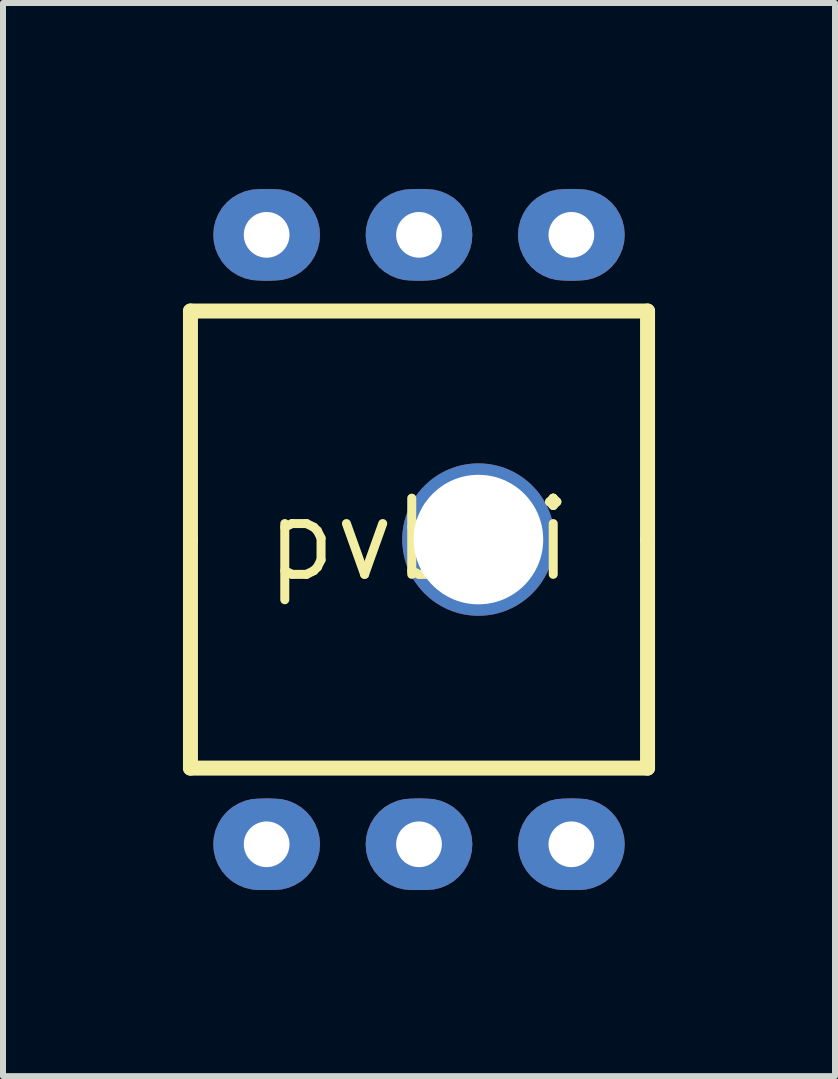
<source format=kicad_pcb>
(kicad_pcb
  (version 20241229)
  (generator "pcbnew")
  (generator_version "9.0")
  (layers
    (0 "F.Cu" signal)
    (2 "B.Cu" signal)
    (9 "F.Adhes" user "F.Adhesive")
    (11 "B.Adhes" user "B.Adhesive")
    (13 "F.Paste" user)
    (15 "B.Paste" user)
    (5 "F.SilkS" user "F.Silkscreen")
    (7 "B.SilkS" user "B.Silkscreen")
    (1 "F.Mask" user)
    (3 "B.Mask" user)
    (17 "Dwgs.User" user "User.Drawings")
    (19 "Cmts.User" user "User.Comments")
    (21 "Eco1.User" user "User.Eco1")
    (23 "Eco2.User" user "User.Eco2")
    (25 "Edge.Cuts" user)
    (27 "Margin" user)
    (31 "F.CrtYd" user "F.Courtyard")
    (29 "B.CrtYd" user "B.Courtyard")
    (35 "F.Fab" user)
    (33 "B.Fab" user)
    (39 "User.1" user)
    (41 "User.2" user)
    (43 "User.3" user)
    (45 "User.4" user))
  (footprint "pvb6i"
    (layer "F.Cu")
    (at 3.935 5.945)
    (property "Reference" "pvb6i" (at 0 0 0) (layer "F.SilkS") (effects (font (size 1.27 1.27) (thickness 0.15))))
    (fp_poly (pts (xy -2.294 -5.833) (xy -2.178 -5.805) (xy -2.068 -5.759) (xy -1.965 -5.697) (xy -1.874 -5.619) (xy -1.796 -5.528) (xy -1.734 -5.425) (xy -1.688 -5.315) (xy -1.66 -5.199) (xy -1.651 -5.08) (xy -1.66 -4.961) (xy -1.688 -4.845) (xy -1.734 -4.735) (xy -1.796 -4.632) (xy -1.874 -4.541) (xy -1.965 -4.463) (xy -2.068 -4.401) (xy -2.178 -4.355) (xy -2.294 -4.327) (xy -2.413 -4.318) (xy -2.667 -4.318) (xy -2.786 -4.327) (xy -2.902 -4.355) (xy -3.012 -4.401) (xy -3.115 -4.463) (xy -3.206 -4.541) (xy -3.284 -4.632) (xy -3.346 -4.735) (xy -3.392 -4.845) (xy -3.42 -4.961) (xy -3.429 -5.08) (xy -3.42 -5.199) (xy -3.392 -5.315) (xy -3.346 -5.425) (xy -3.284 -5.528) (xy -3.206 -5.619) (xy -3.115 -5.697) (xy -3.012 -5.759) (xy -2.902 -5.805) (xy -2.786 -5.833) (xy -2.667 -5.842) (xy -2.413 -5.842)) (stroke (width 0) (type default)) (fill yes) (layer "F.Cu"))
    (fp_poly (pts (xy -2.294 4.327) (xy -2.178 4.355) (xy -2.068 4.401) (xy -1.965 4.463) (xy -1.874 4.541) (xy -1.796 4.632) (xy -1.734 4.735) (xy -1.688 4.845) (xy -1.66 4.961) (xy -1.651 5.08) (xy -1.66 5.199) (xy -1.688 5.315) (xy -1.734 5.425) (xy -1.796 5.528) (xy -1.874 5.619) (xy -1.965 5.697) (xy -2.068 5.759) (xy -2.178 5.805) (xy -2.294 5.833) (xy -2.413 5.842) (xy -2.667 5.842) (xy -2.786 5.833) (xy -2.902 5.805) (xy -3.012 5.759) (xy -3.115 5.697) (xy -3.206 5.619) (xy -3.284 5.528) (xy -3.346 5.425) (xy -3.392 5.315) (xy -3.42 5.199) (xy -3.429 5.08) (xy -3.42 4.961) (xy -3.392 4.845) (xy -3.346 4.735) (xy -3.284 4.632) (xy -3.206 4.541) (xy -3.115 4.463) (xy -3.012 4.401) (xy -2.902 4.355) (xy -2.786 4.327) (xy -2.667 4.318) (xy -2.413 4.318)) (stroke (width 0) (type default)) (fill yes) (layer "F.Cu"))
    (fp_poly (pts (xy 0.246 -5.833) (xy 0.362 -5.805) (xy 0.472 -5.759) (xy 0.575 -5.697) (xy 0.666 -5.619) (xy 0.744 -5.528) (xy 0.806 -5.425) (xy 0.852 -5.315) (xy 0.88 -5.199) (xy 0.889 -5.08) (xy 0.88 -4.961) (xy 0.852 -4.845) (xy 0.806 -4.735) (xy 0.744 -4.632) (xy 0.666 -4.541) (xy 0.575 -4.463) (xy 0.472 -4.401) (xy 0.362 -4.355) (xy 0.246 -4.327) (xy 0.127 -4.318) (xy -0.127 -4.318) (xy -0.246 -4.327) (xy -0.362 -4.355) (xy -0.472 -4.401) (xy -0.575 -4.463) (xy -0.666 -4.541) (xy -0.744 -4.632) (xy -0.806 -4.735) (xy -0.852 -4.845) (xy -0.88 -4.961) (xy -0.889 -5.08) (xy -0.88 -5.199) (xy -0.852 -5.315) (xy -0.806 -5.425) (xy -0.744 -5.528) (xy -0.666 -5.619) (xy -0.575 -5.697) (xy -0.472 -5.759) (xy -0.362 -5.805) (xy -0.246 -5.833) (xy -0.127 -5.842) (xy 0.127 -5.842)) (stroke (width 0) (type default)) (fill yes) (layer "F.Cu"))
    (fp_poly (pts (xy 0.246 4.327) (xy 0.362 4.355) (xy 0.472 4.401) (xy 0.575 4.463) (xy 0.666 4.541) (xy 0.744 4.632) (xy 0.806 4.735) (xy 0.852 4.845) (xy 0.88 4.961) (xy 0.889 5.08) (xy 0.88 5.199) (xy 0.852 5.315) (xy 0.806 5.425) (xy 0.744 5.528) (xy 0.666 5.619) (xy 0.575 5.697) (xy 0.472 5.759) (xy 0.362 5.805) (xy 0.246 5.833) (xy 0.127 5.842) (xy -0.127 5.842) (xy -0.246 5.833) (xy -0.362 5.805) (xy -0.472 5.759) (xy -0.575 5.697) (xy -0.666 5.619) (xy -0.744 5.528) (xy -0.806 5.425) (xy -0.852 5.315) (xy -0.88 5.199) (xy -0.889 5.08) (xy -0.88 4.961) (xy -0.852 4.845) (xy -0.806 4.735) (xy -0.744 4.632) (xy -0.666 4.541) (xy -0.575 4.463) (xy -0.472 4.401) (xy -0.362 4.355) (xy -0.246 4.327) (xy -0.127 4.318) (xy 0.127 4.318)) (stroke (width 0) (type default)) (fill yes) (layer "F.Cu"))
    (fp_poly (pts (xy 2.786 -5.833) (xy 2.902 -5.805) (xy 3.012 -5.759) (xy 3.115 -5.697) (xy 3.206 -5.619) (xy 3.284 -5.528) (xy 3.346 -5.425) (xy 3.392 -5.315) (xy 3.42 -5.199) (xy 3.429 -5.08) (xy 3.42 -4.961) (xy 3.392 -4.845) (xy 3.346 -4.735) (xy 3.284 -4.632) (xy 3.206 -4.541) (xy 3.115 -4.463) (xy 3.012 -4.401) (xy 2.902 -4.355) (xy 2.786 -4.327) (xy 2.667 -4.318) (xy 2.413 -4.318) (xy 2.294 -4.327) (xy 2.178 -4.355) (xy 2.068 -4.401) (xy 1.965 -4.463) (xy 1.874 -4.541) (xy 1.796 -4.632) (xy 1.734 -4.735) (xy 1.688 -4.845) (xy 1.66 -4.961) (xy 1.651 -5.08) (xy 1.66 -5.199) (xy 1.688 -5.315) (xy 1.734 -5.425) (xy 1.796 -5.528) (xy 1.874 -5.619) (xy 1.965 -5.697) (xy 2.068 -5.759) (xy 2.178 -5.805) (xy 2.294 -5.833) (xy 2.413 -5.842) (xy 2.667 -5.842)) (stroke (width 0) (type default)) (fill yes) (layer "F.Cu"))
    (fp_poly (pts (xy 2.786 4.327) (xy 2.902 4.355) (xy 3.012 4.401) (xy 3.115 4.463) (xy 3.206 4.541) (xy 3.284 4.632) (xy 3.346 4.735) (xy 3.392 4.845) (xy 3.42 4.961) (xy 3.429 5.08) (xy 3.42 5.199) (xy 3.392 5.315) (xy 3.346 5.425) (xy 3.284 5.528) (xy 3.206 5.619) (xy 3.115 5.697) (xy 3.012 5.759) (xy 2.902 5.805) (xy 2.786 5.833) (xy 2.667 5.842) (xy 2.413 5.842) (xy 2.294 5.833) (xy 2.178 5.805) (xy 2.068 5.759) (xy 1.965 5.697) (xy 1.874 5.619) (xy 1.796 5.528) (xy 1.734 5.425) (xy 1.688 5.315) (xy 1.66 5.199) (xy 1.651 5.08) (xy 1.66 4.961) (xy 1.688 4.845) (xy 1.734 4.735) (xy 1.796 4.632) (xy 1.874 4.541) (xy 1.965 4.463) (xy 2.068 4.401) (xy 2.178 4.355) (xy 2.294 4.327) (xy 2.413 4.318) (xy 2.667 4.318)) (stroke (width 0) (type default)) (fill yes) (layer "F.Cu"))
    (fp_poly (pts (xy -2.278 -5.934) (xy -2.146 -5.902) (xy -2.021 -5.85) (xy -1.904 -5.78) (xy -1.801 -5.692) (xy -1.713 -5.589) (xy -1.643 -5.472) (xy -1.591 -5.347) (xy -1.559 -5.215) (xy -1.548 -5.08) (xy -1.559 -4.945) (xy -1.591 -4.813) (xy -1.643 -4.688) (xy -1.713 -4.571) (xy -1.801 -4.468) (xy -1.904 -4.38) (xy -2.021 -4.31) (xy -2.146 -4.258) (xy -2.278 -4.226) (xy -2.413 -4.215) (xy -2.667 -4.215) (xy -2.802 -4.226) (xy -2.934 -4.258) (xy -3.059 -4.31) (xy -3.176 -4.38) (xy -3.279 -4.468) (xy -3.367 -4.571) (xy -3.437 -4.688) (xy -3.489 -4.813) (xy -3.521 -4.945) (xy -3.532 -5.08) (xy -3.521 -5.215) (xy -3.489 -5.347) (xy -3.437 -5.472) (xy -3.367 -5.589) (xy -3.279 -5.692) (xy -3.176 -5.78) (xy -3.059 -5.85) (xy -2.934 -5.902) (xy -2.802 -5.934) (xy -2.667 -5.945) (xy -2.413 -5.945)) (stroke (width 0) (type default)) (fill yes) (layer "F.Mask"))
    (fp_poly (pts (xy -2.278 4.226) (xy -2.146 4.258) (xy -2.021 4.31) (xy -1.904 4.38) (xy -1.801 4.468) (xy -1.713 4.571) (xy -1.643 4.688) (xy -1.591 4.813) (xy -1.559 4.945) (xy -1.548 5.08) (xy -1.559 5.215) (xy -1.591 5.347) (xy -1.643 5.472) (xy -1.713 5.589) (xy -1.801 5.692) (xy -1.904 5.78) (xy -2.021 5.85) (xy -2.146 5.902) (xy -2.278 5.934) (xy -2.413 5.945) (xy -2.667 5.945) (xy -2.802 5.934) (xy -2.934 5.902) (xy -3.059 5.85) (xy -3.176 5.78) (xy -3.279 5.692) (xy -3.367 5.589) (xy -3.437 5.472) (xy -3.489 5.347) (xy -3.521 5.215) (xy -3.532 5.08) (xy -3.521 4.945) (xy -3.489 4.813) (xy -3.437 4.688) (xy -3.367 4.571) (xy -3.279 4.468) (xy -3.176 4.38) (xy -3.059 4.31) (xy -2.934 4.258) (xy -2.802 4.226) (xy -2.667 4.215) (xy -2.413 4.215)) (stroke (width 0) (type default)) (fill yes) (layer "F.Mask"))
    (fp_poly (pts (xy 0.262 -5.934) (xy 0.394 -5.902) (xy 0.519 -5.85) (xy 0.636 -5.78) (xy 0.739 -5.692) (xy 0.827 -5.589) (xy 0.897 -5.472) (xy 0.949 -5.347) (xy 0.981 -5.215) (xy 0.992 -5.08) (xy 0.981 -4.945) (xy 0.949 -4.813) (xy 0.897 -4.688) (xy 0.827 -4.571) (xy 0.739 -4.468) (xy 0.636 -4.38) (xy 0.519 -4.31) (xy 0.394 -4.258) (xy 0.262 -4.226) (xy 0.127 -4.215) (xy -0.127 -4.215) (xy -0.262 -4.226) (xy -0.394 -4.258) (xy -0.519 -4.31) (xy -0.636 -4.38) (xy -0.739 -4.468) (xy -0.827 -4.571) (xy -0.897 -4.688) (xy -0.949 -4.813) (xy -0.981 -4.945) (xy -0.992 -5.08) (xy -0.981 -5.215) (xy -0.949 -5.347) (xy -0.897 -5.472) (xy -0.827 -5.589) (xy -0.739 -5.692) (xy -0.636 -5.78) (xy -0.519 -5.85) (xy -0.394 -5.902) (xy -0.262 -5.934) (xy -0.127 -5.945) (xy 0.127 -5.945)) (stroke (width 0) (type default)) (fill yes) (layer "F.Mask"))
    (fp_poly (pts (xy 0.262 4.226) (xy 0.394 4.258) (xy 0.519 4.31) (xy 0.636 4.38) (xy 0.739 4.468) (xy 0.827 4.571) (xy 0.897 4.688) (xy 0.949 4.813) (xy 0.981 4.945) (xy 0.992 5.08) (xy 0.981 5.215) (xy 0.949 5.347) (xy 0.897 5.472) (xy 0.827 5.589) (xy 0.739 5.692) (xy 0.636 5.78) (xy 0.519 5.85) (xy 0.394 5.902) (xy 0.262 5.934) (xy 0.127 5.945) (xy -0.127 5.945) (xy -0.262 5.934) (xy -0.394 5.902) (xy -0.519 5.85) (xy -0.636 5.78) (xy -0.739 5.692) (xy -0.827 5.589) (xy -0.897 5.472) (xy -0.949 5.347) (xy -0.981 5.215) (xy -0.992 5.08) (xy -0.981 4.945) (xy -0.949 4.813) (xy -0.897 4.688) (xy -0.827 4.571) (xy -0.739 4.468) (xy -0.636 4.38) (xy -0.519 4.31) (xy -0.394 4.258) (xy -0.262 4.226) (xy -0.127 4.215) (xy 0.127 4.215)) (stroke (width 0) (type default)) (fill yes) (layer "F.Mask"))
    (fp_poly (pts (xy 2.802 -5.934) (xy 2.934 -5.902) (xy 3.059 -5.85) (xy 3.176 -5.78) (xy 3.279 -5.692) (xy 3.367 -5.589) (xy 3.437 -5.472) (xy 3.489 -5.347) (xy 3.521 -5.215) (xy 3.532 -5.08) (xy 3.521 -4.945) (xy 3.489 -4.813) (xy 3.437 -4.688) (xy 3.367 -4.571) (xy 3.279 -4.468) (xy 3.176 -4.38) (xy 3.059 -4.31) (xy 2.934 -4.258) (xy 2.802 -4.226) (xy 2.667 -4.215) (xy 2.413 -4.215) (xy 2.278 -4.226) (xy 2.146 -4.258) (xy 2.021 -4.31) (xy 1.904 -4.38) (xy 1.801 -4.468) (xy 1.713 -4.571) (xy 1.643 -4.688) (xy 1.591 -4.813) (xy 1.559 -4.945) (xy 1.548 -5.08) (xy 1.559 -5.215) (xy 1.591 -5.347) (xy 1.643 -5.472) (xy 1.713 -5.589) (xy 1.801 -5.692) (xy 1.904 -5.78) (xy 2.021 -5.85) (xy 2.146 -5.902) (xy 2.278 -5.934) (xy 2.413 -5.945) (xy 2.667 -5.945)) (stroke (width 0) (type default)) (fill yes) (layer "F.Mask"))
    (fp_poly (pts (xy 2.802 4.226) (xy 2.934 4.258) (xy 3.059 4.31) (xy 3.176 4.38) (xy 3.279 4.468) (xy 3.367 4.571) (xy 3.437 4.688) (xy 3.489 4.813) (xy 3.521 4.945) (xy 3.532 5.08) (xy 3.521 5.215) (xy 3.489 5.347) (xy 3.437 5.472) (xy 3.367 5.589) (xy 3.279 5.692) (xy 3.176 5.78) (xy 3.059 5.85) (xy 2.934 5.902) (xy 2.802 5.934) (xy 2.667 5.945) (xy 2.413 5.945) (xy 2.278 5.934) (xy 2.146 5.902) (xy 2.021 5.85) (xy 1.904 5.78) (xy 1.801 5.692) (xy 1.713 5.589) (xy 1.643 5.472) (xy 1.591 5.347) (xy 1.559 5.215) (xy 1.548 5.08) (xy 1.559 4.945) (xy 1.591 4.813) (xy 1.643 4.688) (xy 1.713 4.571) (xy 1.801 4.468) (xy 1.904 4.38) (xy 2.021 4.31) (xy 2.146 4.258) (xy 2.278 4.226) (xy 2.413 4.215) (xy 2.667 4.215)) (stroke (width 0) (type default)) (fill yes) (layer "F.Mask"))
    (fp_poly (pts (xy -2.294 -5.833) (xy -2.178 -5.805) (xy -2.068 -5.759) (xy -1.965 -5.697) (xy -1.874 -5.619) (xy -1.796 -5.528) (xy -1.734 -5.425) (xy -1.688 -5.315) (xy -1.66 -5.199) (xy -1.651 -5.08) (xy -1.66 -4.961) (xy -1.688 -4.845) (xy -1.734 -4.735) (xy -1.796 -4.632) (xy -1.874 -4.541) (xy -1.965 -4.463) (xy -2.068 -4.401) (xy -2.178 -4.355) (xy -2.294 -4.327) (xy -2.413 -4.318) (xy -2.667 -4.318) (xy -2.786 -4.327) (xy -2.902 -4.355) (xy -3.012 -4.401) (xy -3.115 -4.463) (xy -3.206 -4.541) (xy -3.284 -4.632) (xy -3.346 -4.735) (xy -3.392 -4.845) (xy -3.42 -4.961) (xy -3.429 -5.08) (xy -3.42 -5.199) (xy -3.392 -5.315) (xy -3.346 -5.425) (xy -3.284 -5.528) (xy -3.206 -5.619) (xy -3.115 -5.697) (xy -3.012 -5.759) (xy -2.902 -5.805) (xy -2.786 -5.833) (xy -2.667 -5.842) (xy -2.413 -5.842)) (stroke (width 0) (type default)) (fill yes) (layer "B.Cu"))
    (fp_poly (pts (xy -2.294 4.327) (xy -2.178 4.355) (xy -2.068 4.401) (xy -1.965 4.463) (xy -1.874 4.541) (xy -1.796 4.632) (xy -1.734 4.735) (xy -1.688 4.845) (xy -1.66 4.961) (xy -1.651 5.08) (xy -1.66 5.199) (xy -1.688 5.315) (xy -1.734 5.425) (xy -1.796 5.528) (xy -1.874 5.619) (xy -1.965 5.697) (xy -2.068 5.759) (xy -2.178 5.805) (xy -2.294 5.833) (xy -2.413 5.842) (xy -2.667 5.842) (xy -2.786 5.833) (xy -2.902 5.805) (xy -3.012 5.759) (xy -3.115 5.697) (xy -3.206 5.619) (xy -3.284 5.528) (xy -3.346 5.425) (xy -3.392 5.315) (xy -3.42 5.199) (xy -3.429 5.08) (xy -3.42 4.961) (xy -3.392 4.845) (xy -3.346 4.735) (xy -3.284 4.632) (xy -3.206 4.541) (xy -3.115 4.463) (xy -3.012 4.401) (xy -2.902 4.355) (xy -2.786 4.327) (xy -2.667 4.318) (xy -2.413 4.318)) (stroke (width 0) (type default)) (fill yes) (layer "B.Cu"))
    (fp_poly (pts (xy 0.246 -5.833) (xy 0.362 -5.805) (xy 0.472 -5.759) (xy 0.575 -5.697) (xy 0.666 -5.619) (xy 0.744 -5.528) (xy 0.806 -5.425) (xy 0.852 -5.315) (xy 0.88 -5.199) (xy 0.889 -5.08) (xy 0.88 -4.961) (xy 0.852 -4.845) (xy 0.806 -4.735) (xy 0.744 -4.632) (xy 0.666 -4.541) (xy 0.575 -4.463) (xy 0.472 -4.401) (xy 0.362 -4.355) (xy 0.246 -4.327) (xy 0.127 -4.318) (xy -0.127 -4.318) (xy -0.246 -4.327) (xy -0.362 -4.355) (xy -0.472 -4.401) (xy -0.575 -4.463) (xy -0.666 -4.541) (xy -0.744 -4.632) (xy -0.806 -4.735) (xy -0.852 -4.845) (xy -0.88 -4.961) (xy -0.889 -5.08) (xy -0.88 -5.199) (xy -0.852 -5.315) (xy -0.806 -5.425) (xy -0.744 -5.528) (xy -0.666 -5.619) (xy -0.575 -5.697) (xy -0.472 -5.759) (xy -0.362 -5.805) (xy -0.246 -5.833) (xy -0.127 -5.842) (xy 0.127 -5.842)) (stroke (width 0) (type default)) (fill yes) (layer "B.Cu"))
    (fp_poly (pts (xy 0.246 4.327) (xy 0.362 4.355) (xy 0.472 4.401) (xy 0.575 4.463) (xy 0.666 4.541) (xy 0.744 4.632) (xy 0.806 4.735) (xy 0.852 4.845) (xy 0.88 4.961) (xy 0.889 5.08) (xy 0.88 5.199) (xy 0.852 5.315) (xy 0.806 5.425) (xy 0.744 5.528) (xy 0.666 5.619) (xy 0.575 5.697) (xy 0.472 5.759) (xy 0.362 5.805) (xy 0.246 5.833) (xy 0.127 5.842) (xy -0.127 5.842) (xy -0.246 5.833) (xy -0.362 5.805) (xy -0.472 5.759) (xy -0.575 5.697) (xy -0.666 5.619) (xy -0.744 5.528) (xy -0.806 5.425) (xy -0.852 5.315) (xy -0.88 5.199) (xy -0.889 5.08) (xy -0.88 4.961) (xy -0.852 4.845) (xy -0.806 4.735) (xy -0.744 4.632) (xy -0.666 4.541) (xy -0.575 4.463) (xy -0.472 4.401) (xy -0.362 4.355) (xy -0.246 4.327) (xy -0.127 4.318) (xy 0.127 4.318)) (stroke (width 0) (type default)) (fill yes) (layer "B.Cu"))
    (fp_poly (pts (xy 2.786 -5.833) (xy 2.902 -5.805) (xy 3.012 -5.759) (xy 3.115 -5.697) (xy 3.206 -5.619) (xy 3.284 -5.528) (xy 3.346 -5.425) (xy 3.392 -5.315) (xy 3.42 -5.199) (xy 3.429 -5.08) (xy 3.42 -4.961) (xy 3.392 -4.845) (xy 3.346 -4.735) (xy 3.284 -4.632) (xy 3.206 -4.541) (xy 3.115 -4.463) (xy 3.012 -4.401) (xy 2.902 -4.355) (xy 2.786 -4.327) (xy 2.667 -4.318) (xy 2.413 -4.318) (xy 2.294 -4.327) (xy 2.178 -4.355) (xy 2.068 -4.401) (xy 1.965 -4.463) (xy 1.874 -4.541) (xy 1.796 -4.632) (xy 1.734 -4.735) (xy 1.688 -4.845) (xy 1.66 -4.961) (xy 1.651 -5.08) (xy 1.66 -5.199) (xy 1.688 -5.315) (xy 1.734 -5.425) (xy 1.796 -5.528) (xy 1.874 -5.619) (xy 1.965 -5.697) (xy 2.068 -5.759) (xy 2.178 -5.805) (xy 2.294 -5.833) (xy 2.413 -5.842) (xy 2.667 -5.842)) (stroke (width 0) (type default)) (fill yes) (layer "B.Cu"))
    (fp_poly (pts (xy 2.786 4.327) (xy 2.902 4.355) (xy 3.012 4.401) (xy 3.115 4.463) (xy 3.206 4.541) (xy 3.284 4.632) (xy 3.346 4.735) (xy 3.392 4.845) (xy 3.42 4.961) (xy 3.429 5.08) (xy 3.42 5.199) (xy 3.392 5.315) (xy 3.346 5.425) (xy 3.284 5.528) (xy 3.206 5.619) (xy 3.115 5.697) (xy 3.012 5.759) (xy 2.902 5.805) (xy 2.786 5.833) (xy 2.667 5.842) (xy 2.413 5.842) (xy 2.294 5.833) (xy 2.178 5.805) (xy 2.068 5.759) (xy 1.965 5.697) (xy 1.874 5.619) (xy 1.796 5.528) (xy 1.734 5.425) (xy 1.688 5.315) (xy 1.66 5.199) (xy 1.651 5.08) (xy 1.66 4.961) (xy 1.688 4.845) (xy 1.734 4.735) (xy 1.796 4.632) (xy 1.874 4.541) (xy 1.965 4.463) (xy 2.068 4.401) (xy 2.178 4.355) (xy 2.294 4.327) (xy 2.413 4.318) (xy 2.667 4.318)) (stroke (width 0) (type default)) (fill yes) (layer "B.Cu"))
    (fp_poly (pts (xy -2.278 -5.934) (xy -2.146 -5.902) (xy -2.021 -5.85) (xy -1.904 -5.78) (xy -1.801 -5.692) (xy -1.713 -5.589) (xy -1.643 -5.472) (xy -1.591 -5.347) (xy -1.559 -5.215) (xy -1.548 -5.08) (xy -1.559 -4.945) (xy -1.591 -4.813) (xy -1.643 -4.688) (xy -1.713 -4.571) (xy -1.801 -4.468) (xy -1.904 -4.38) (xy -2.021 -4.31) (xy -2.146 -4.258) (xy -2.278 -4.226) (xy -2.413 -4.215) (xy -2.667 -4.215) (xy -2.802 -4.226) (xy -2.934 -4.258) (xy -3.059 -4.31) (xy -3.176 -4.38) (xy -3.279 -4.468) (xy -3.367 -4.571) (xy -3.437 -4.688) (xy -3.489 -4.813) (xy -3.521 -4.945) (xy -3.532 -5.08) (xy -3.521 -5.215) (xy -3.489 -5.347) (xy -3.437 -5.472) (xy -3.367 -5.589) (xy -3.279 -5.692) (xy -3.176 -5.78) (xy -3.059 -5.85) (xy -2.934 -5.902) (xy -2.802 -5.934) (xy -2.667 -5.945) (xy -2.413 -5.945)) (stroke (width 0) (type default)) (fill yes) (layer "B.Mask"))
    (fp_poly (pts (xy -2.278 4.226) (xy -2.146 4.258) (xy -2.021 4.31) (xy -1.904 4.38) (xy -1.801 4.468) (xy -1.713 4.571) (xy -1.643 4.688) (xy -1.591 4.813) (xy -1.559 4.945) (xy -1.548 5.08) (xy -1.559 5.215) (xy -1.591 5.347) (xy -1.643 5.472) (xy -1.713 5.589) (xy -1.801 5.692) (xy -1.904 5.78) (xy -2.021 5.85) (xy -2.146 5.902) (xy -2.278 5.934) (xy -2.413 5.945) (xy -2.667 5.945) (xy -2.802 5.934) (xy -2.934 5.902) (xy -3.059 5.85) (xy -3.176 5.78) (xy -3.279 5.692) (xy -3.367 5.589) (xy -3.437 5.472) (xy -3.489 5.347) (xy -3.521 5.215) (xy -3.532 5.08) (xy -3.521 4.945) (xy -3.489 4.813) (xy -3.437 4.688) (xy -3.367 4.571) (xy -3.279 4.468) (xy -3.176 4.38) (xy -3.059 4.31) (xy -2.934 4.258) (xy -2.802 4.226) (xy -2.667 4.215) (xy -2.413 4.215)) (stroke (width 0) (type default)) (fill yes) (layer "B.Mask"))
    (fp_poly (pts (xy 0.262 -5.934) (xy 0.394 -5.902) (xy 0.519 -5.85) (xy 0.636 -5.78) (xy 0.739 -5.692) (xy 0.827 -5.589) (xy 0.897 -5.472) (xy 0.949 -5.347) (xy 0.981 -5.215) (xy 0.992 -5.08) (xy 0.981 -4.945) (xy 0.949 -4.813) (xy 0.897 -4.688) (xy 0.827 -4.571) (xy 0.739 -4.468) (xy 0.636 -4.38) (xy 0.519 -4.31) (xy 0.394 -4.258) (xy 0.262 -4.226) (xy 0.127 -4.215) (xy -0.127 -4.215) (xy -0.262 -4.226) (xy -0.394 -4.258) (xy -0.519 -4.31) (xy -0.636 -4.38) (xy -0.739 -4.468) (xy -0.827 -4.571) (xy -0.897 -4.688) (xy -0.949 -4.813) (xy -0.981 -4.945) (xy -0.992 -5.08) (xy -0.981 -5.215) (xy -0.949 -5.347) (xy -0.897 -5.472) (xy -0.827 -5.589) (xy -0.739 -5.692) (xy -0.636 -5.78) (xy -0.519 -5.85) (xy -0.394 -5.902) (xy -0.262 -5.934) (xy -0.127 -5.945) (xy 0.127 -5.945)) (stroke (width 0) (type default)) (fill yes) (layer "B.Mask"))
    (fp_poly (pts (xy 0.262 4.226) (xy 0.394 4.258) (xy 0.519 4.31) (xy 0.636 4.38) (xy 0.739 4.468) (xy 0.827 4.571) (xy 0.897 4.688) (xy 0.949 4.813) (xy 0.981 4.945) (xy 0.992 5.08) (xy 0.981 5.215) (xy 0.949 5.347) (xy 0.897 5.472) (xy 0.827 5.589) (xy 0.739 5.692) (xy 0.636 5.78) (xy 0.519 5.85) (xy 0.394 5.902) (xy 0.262 5.934) (xy 0.127 5.945) (xy -0.127 5.945) (xy -0.262 5.934) (xy -0.394 5.902) (xy -0.519 5.85) (xy -0.636 5.78) (xy -0.739 5.692) (xy -0.827 5.589) (xy -0.897 5.472) (xy -0.949 5.347) (xy -0.981 5.215) (xy -0.992 5.08) (xy -0.981 4.945) (xy -0.949 4.813) (xy -0.897 4.688) (xy -0.827 4.571) (xy -0.739 4.468) (xy -0.636 4.38) (xy -0.519 4.31) (xy -0.394 4.258) (xy -0.262 4.226) (xy -0.127 4.215) (xy 0.127 4.215)) (stroke (width 0) (type default)) (fill yes) (layer "B.Mask"))
    (fp_poly (pts (xy 2.802 -5.934) (xy 2.934 -5.902) (xy 3.059 -5.85) (xy 3.176 -5.78) (xy 3.279 -5.692) (xy 3.367 -5.589) (xy 3.437 -5.472) (xy 3.489 -5.347) (xy 3.521 -5.215) (xy 3.532 -5.08) (xy 3.521 -4.945) (xy 3.489 -4.813) (xy 3.437 -4.688) (xy 3.367 -4.571) (xy 3.279 -4.468) (xy 3.176 -4.38) (xy 3.059 -4.31) (xy 2.934 -4.258) (xy 2.802 -4.226) (xy 2.667 -4.215) (xy 2.413 -4.215) (xy 2.278 -4.226) (xy 2.146 -4.258) (xy 2.021 -4.31) (xy 1.904 -4.38) (xy 1.801 -4.468) (xy 1.713 -4.571) (xy 1.643 -4.688) (xy 1.591 -4.813) (xy 1.559 -4.945) (xy 1.548 -5.08) (xy 1.559 -5.215) (xy 1.591 -5.347) (xy 1.643 -5.472) (xy 1.713 -5.589) (xy 1.801 -5.692) (xy 1.904 -5.78) (xy 2.021 -5.85) (xy 2.146 -5.902) (xy 2.278 -5.934) (xy 2.413 -5.945) (xy 2.667 -5.945)) (stroke (width 0) (type default)) (fill yes) (layer "B.Mask"))
    (fp_poly (pts (xy 2.802 4.226) (xy 2.934 4.258) (xy 3.059 4.31) (xy 3.176 4.38) (xy 3.279 4.468) (xy 3.367 4.571) (xy 3.437 4.688) (xy 3.489 4.813) (xy 3.521 4.945) (xy 3.532 5.08) (xy 3.521 5.215) (xy 3.489 5.347) (xy 3.437 5.472) (xy 3.367 5.589) (xy 3.279 5.692) (xy 3.176 5.78) (xy 3.059 5.85) (xy 2.934 5.902) (xy 2.802 5.934) (xy 2.667 5.945) (xy 2.413 5.945) (xy 2.278 5.934) (xy 2.146 5.902) (xy 2.021 5.85) (xy 1.904 5.78) (xy 1.801 5.692) (xy 1.713 5.589) (xy 1.643 5.472) (xy 1.591 5.347) (xy 1.559 5.215) (xy 1.548 5.08) (xy 1.559 4.945) (xy 1.591 4.813) (xy 1.643 4.688) (xy 1.713 4.571) (xy 1.801 4.468) (xy 1.904 4.38) (xy 2.021 4.31) (xy 2.146 4.258) (xy 2.278 4.226) (xy 2.413 4.215) (xy 2.667 4.215)) (stroke (width 0) (type default)) (fill yes) (layer "B.Mask"))
    (fp_line (start -3.81 -3.81) (end 3.81 -3.81) (stroke (width 0.25) (type solid)) (layer "F.SilkS"))
    (fp_line (start -3.81 0) (end -3.81 -3.81) (stroke (width 0.25) (type solid)) (layer "F.SilkS"))
    (fp_line (start -3.81 3.81) (end -3.81 0) (stroke (width 0.25) (type solid)) (layer "F.SilkS"))
    (fp_line (start 3.81 -3.81) (end 3.81 0) (stroke (width 0.25) (type solid)) (layer "F.SilkS"))
    (fp_line (start 3.81 0) (end 3.81 3.81) (stroke (width 0.25) (type solid)) (layer "F.SilkS"))
    (fp_line (start 3.81 3.81) (end -3.81 3.81) (stroke (width 0.25) (type solid)) (layer "F.SilkS"))
    (pad "1'" thru_hole circle (at -2.54 -5.08 270) (size 1.524 1.524) (drill 0.762) (layers "*.Cu"))
    (pad "2'" thru_hole circle (at 2.54 -5.08 270) (size 1.524 1.524) (drill 0.762) (layers "*.Cu"))
    (pad "3" thru_hole circle (at 0.991 0 270) (size 2.54 2.54) (drill 2.159) (layers "*.Cu" "*.Mask"))
    (pad "4" thru_hole circle (at -2.54 5.08 270) (size 1.524 1.524) (drill 0.762) (layers "*.Cu"))
    (pad "5C" thru_hole circle (at 0 5.08 270) (size 1.524 1.524) (drill 0.762) (layers "*.Cu"))
    (pad "6" thru_hole circle (at 2.54 5.08 270) (size 1.524 1.524) (drill 0.762) (layers "*.Cu"))
    (pad "C'" thru_hole circle (at 0 -5.08 270) (size 1.524 1.524) (drill 0.762) (layers "*.Cu")))
  (gr_rect
    (start -3 -3)
    (end 10.87 14.89)
    (stroke (width 0.1) (type default))
    (fill no)
    (layer "Edge.Cuts")))
</source>
